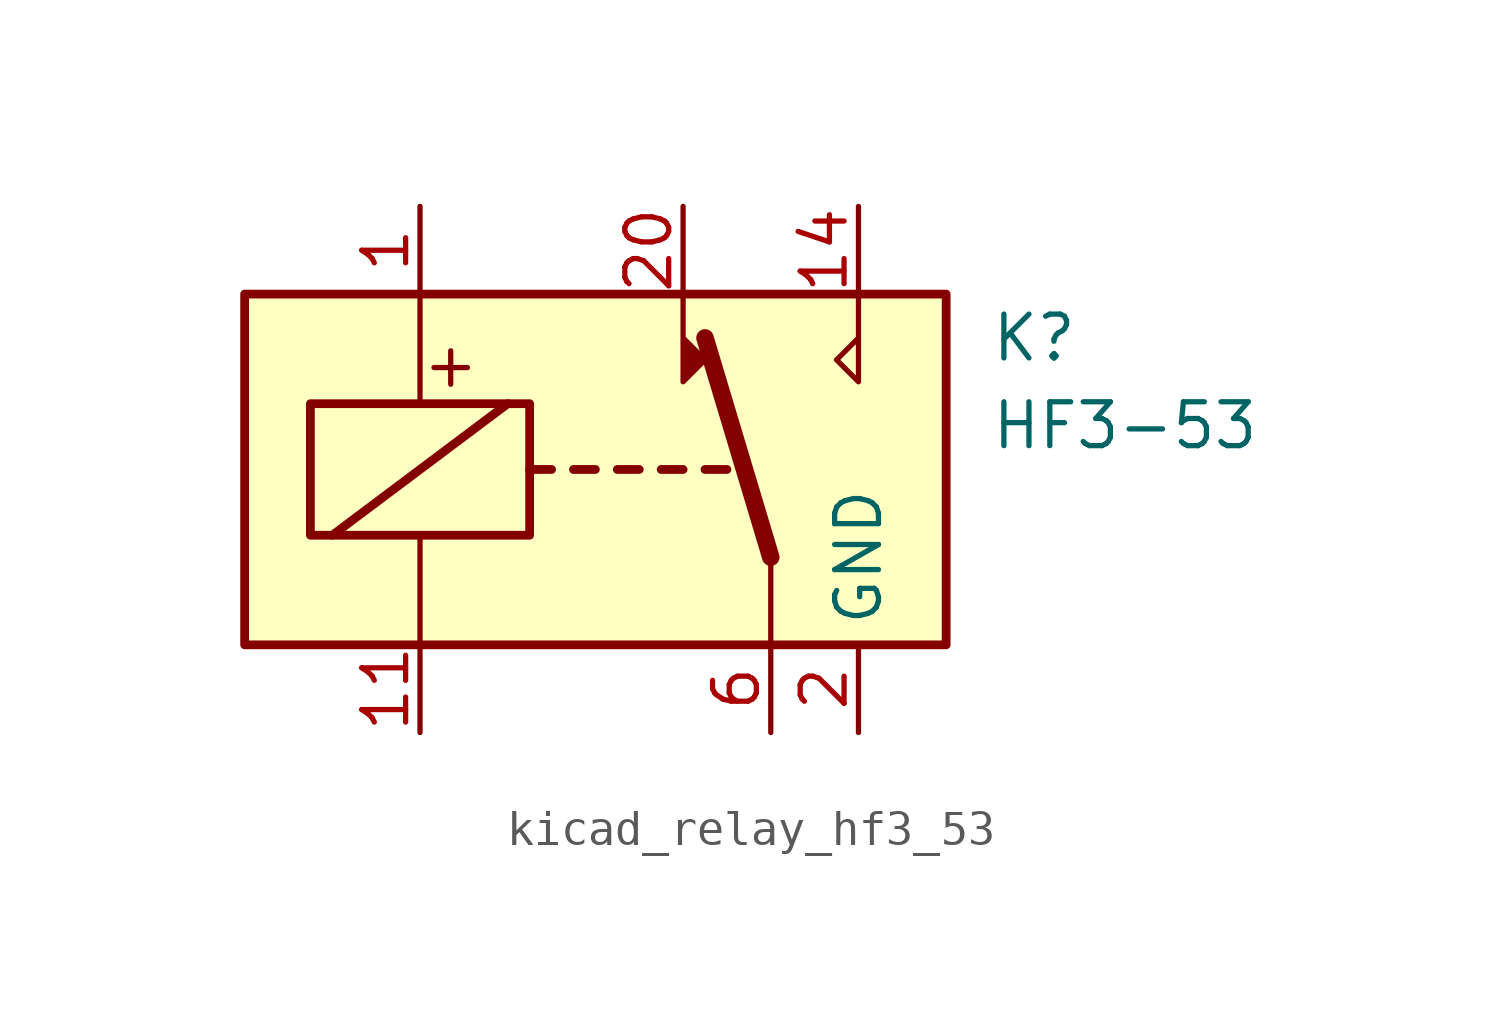
<source format=kicad_sym>
(kicad_symbol_lib
  (version 20220914)
  (generator kicad_symbol_editor)
  (symbol "kicad_relay_hf3_53"
    (property "Reference" "K"
      (at 11.43 3.81 0)
      (effects (font (size 1.27 1.27)) (justify left)))
    (property "Value" "HF3-53"
      (at 11.43 1.27 0)
      (effects (font (size 1.27 1.27)) (justify left)))
    (symbol "kicad_relay_hf3_53_0_0"
      (polyline (pts (xy 7.62 5.08) (xy 7.62 2.54) (xy 6.985 3.175) (xy 7.62 3.81)) (stroke (width 0) (type default)) (fill (type none)))
      (text "+" (at -4.191 3.048 0) (effects (font (size 1.27 1.27)))))
    (symbol "kicad_relay_hf3_53_0_1"
      (rectangle (start -10.16 5.08) (end 10.16 -5.08) (stroke (width 0.254) (type default)) (fill (type background)))
      (rectangle (start -8.255 1.905) (end -1.905 -1.905) (stroke (width 0.254) (type default)) (fill (type none)))
      (polyline (pts (xy -7.62 -1.905) (xy -2.54 1.905)) (stroke (width 0.254) (type default)) (fill (type none)))
      (polyline (pts (xy -5.08 -5.08) (xy -5.08 -1.905)) (stroke (width 0) (type default)) (fill (type none)))
      (polyline (pts (xy -5.08 5.08) (xy -5.08 1.905)) (stroke (width 0) (type default)) (fill (type none)))
      (polyline (pts (xy -1.905 0) (xy -1.27 0)) (stroke (width 0.254) (type default)) (fill (type none)))
      (polyline (pts (xy -0.635 0) (xy 0 0)) (stroke (width 0.254) (type default)) (fill (type none)))
      (polyline (pts (xy 0.635 0) (xy 1.27 0)) (stroke (width 0.254) (type default)) (fill (type none)))
      (polyline (pts (xy 1.905 0) (xy 2.54 0)) (stroke (width 0.254) (type default)) (fill (type none)))
      (polyline (pts (xy 3.175 0) (xy 3.81 0)) (stroke (width 0.254) (type default)) (fill (type none)))
      (polyline (pts (xy 5.08 -2.54) (xy 3.175 3.81)) (stroke (width 0.508) (type default)) (fill (type none)))
      (polyline (pts (xy 5.08 -2.54) (xy 5.08 -5.08)) (stroke (width 0) (type default)) (fill (type none)))
      (polyline (pts (xy 2.54 5.08) (xy 2.54 2.54) (xy 3.175 3.175) (xy 2.54 3.81)) (stroke (width 0) (type default)) (fill (type outline))))
    (symbol "kicad_relay_hf3_53_1_1"
      (pin passive line (at -5.08 7.62 270) (length 2.54) (name "~" (effects (font (size 1.27 1.27)))) (number "1" (effects (font (size 1.27 1.27)))))
      (pin passive line (at 7.62 -7.62 90) (length 2.54) hide (name "GND" (effects (font (size 1.27 1.27)))) (number "10" (effects (font (size 1.27 1.27)))))
      (pin passive line (at -5.08 -7.62 90) (length 2.54) (name "~" (effects (font (size 1.27 1.27)))) (number "11" (effects (font (size 1.27 1.27)))))
      (pin passive line (at 7.62 -7.62 90) (length 2.54) hide (name "GND" (effects (font (size 1.27 1.27)))) (number "12" (effects (font (size 1.27 1.27)))))
      (pin passive line (at 7.62 -7.62 90) (length 2.54) hide (name "GND" (effects (font (size 1.27 1.27)))) (number "13" (effects (font (size 1.27 1.27)))))
      (pin passive line (at 7.62 7.62 270) (length 2.54) (name "~" (effects (font (size 1.27 1.27)))) (number "14" (effects (font (size 1.27 1.27)))))
      (pin passive line (at 7.62 -7.62 90) (length 2.54) hide (name "GND" (effects (font (size 1.27 1.27)))) (number "15" (effects (font (size 1.27 1.27)))))
      (pin passive line (at 7.62 -7.62 90) (length 2.54) hide (name "GND" (effects (font (size 1.27 1.27)))) (number "17" (effects (font (size 1.27 1.27)))))
      (pin passive line (at 7.62 -7.62 90) (length 2.54) hide (name "GND" (effects (font (size 1.27 1.27)))) (number "19" (effects (font (size 1.27 1.27)))))
      (pin power_in line (at 7.62 -7.62 90) (length 2.54) (name "GND" (effects (font (size 1.27 1.27)))) (number "2" (effects (font (size 1.27 1.27)))))
      (pin passive line (at 2.54 7.62 270) (length 2.54) (name "~" (effects (font (size 1.27 1.27)))) (number "20" (effects (font (size 1.27 1.27)))))
      (pin passive line (at 7.62 -7.62 90) (length 2.54) hide (name "GND" (effects (font (size 1.27 1.27)))) (number "21" (effects (font (size 1.27 1.27)))))
      (pin passive line (at 7.62 -7.62 90) (length 2.54) hide (name "GND" (effects (font (size 1.27 1.27)))) (number "22" (effects (font (size 1.27 1.27)))))
      (pin passive line (at 7.62 -7.62 90) (length 2.54) hide (name "GND" (effects (font (size 1.27 1.27)))) (number "5" (effects (font (size 1.27 1.27)))))
      (pin passive line (at 5.08 -7.62 90) (length 2.54) (name "~" (effects (font (size 1.27 1.27)))) (number "6" (effects (font (size 1.27 1.27)))))
      (pin passive line (at 7.62 -7.62 90) (length 2.54) hide (name "GND" (effects (font (size 1.27 1.27)))) (number "7" (effects (font (size 1.27 1.27))))))))
</source>
